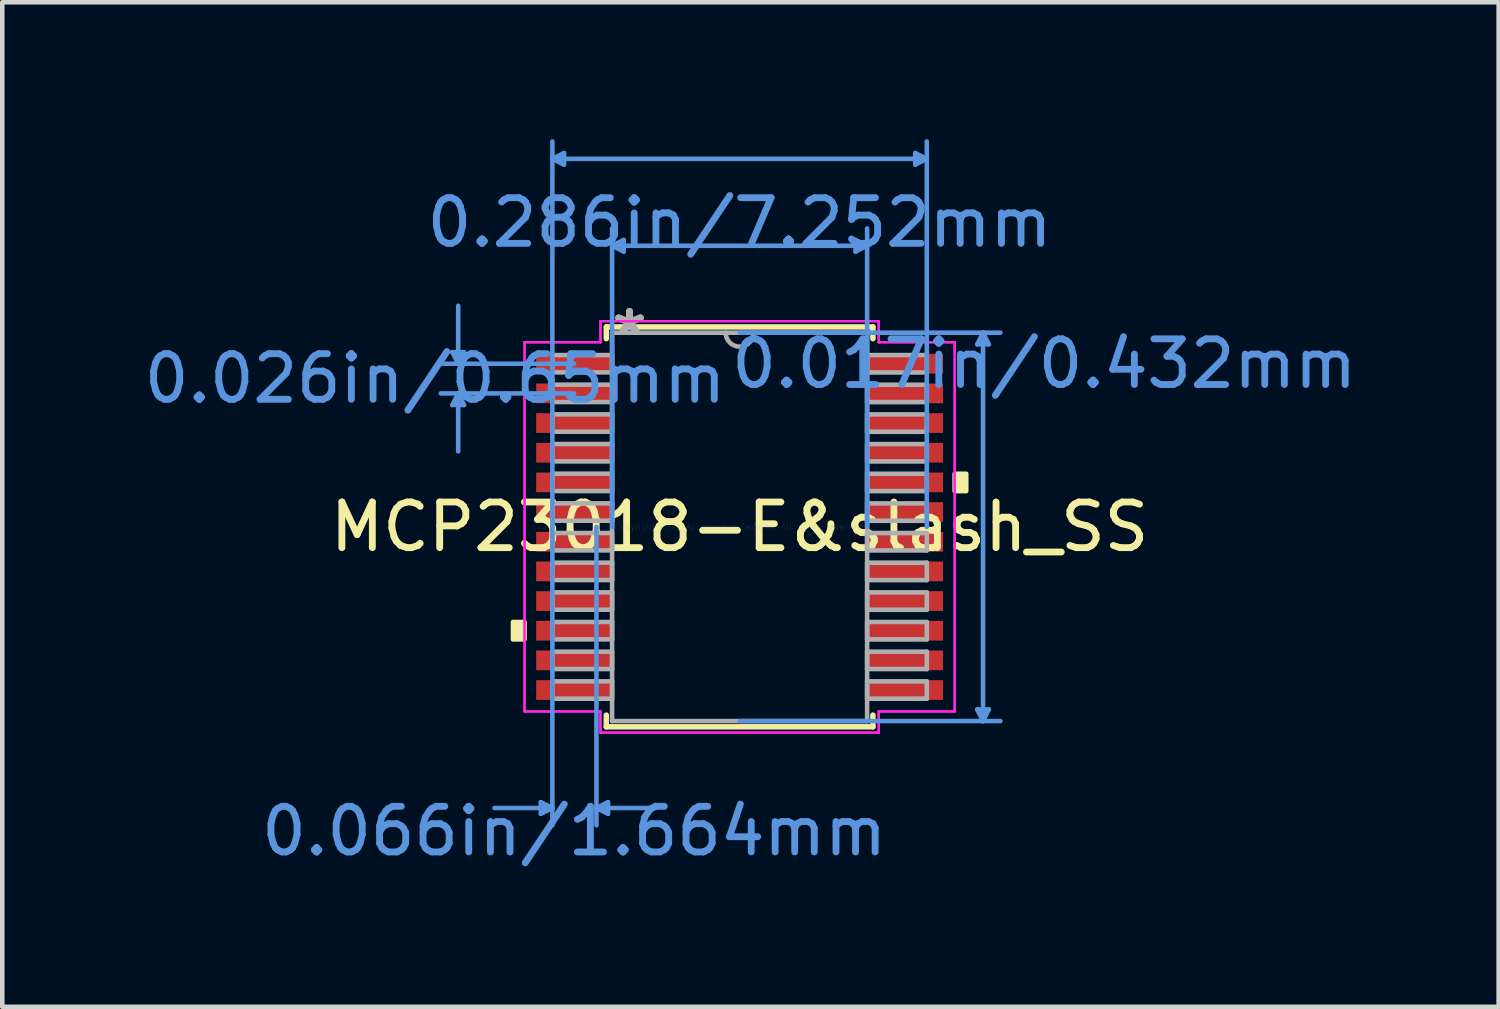
<source format=kicad_pcb>
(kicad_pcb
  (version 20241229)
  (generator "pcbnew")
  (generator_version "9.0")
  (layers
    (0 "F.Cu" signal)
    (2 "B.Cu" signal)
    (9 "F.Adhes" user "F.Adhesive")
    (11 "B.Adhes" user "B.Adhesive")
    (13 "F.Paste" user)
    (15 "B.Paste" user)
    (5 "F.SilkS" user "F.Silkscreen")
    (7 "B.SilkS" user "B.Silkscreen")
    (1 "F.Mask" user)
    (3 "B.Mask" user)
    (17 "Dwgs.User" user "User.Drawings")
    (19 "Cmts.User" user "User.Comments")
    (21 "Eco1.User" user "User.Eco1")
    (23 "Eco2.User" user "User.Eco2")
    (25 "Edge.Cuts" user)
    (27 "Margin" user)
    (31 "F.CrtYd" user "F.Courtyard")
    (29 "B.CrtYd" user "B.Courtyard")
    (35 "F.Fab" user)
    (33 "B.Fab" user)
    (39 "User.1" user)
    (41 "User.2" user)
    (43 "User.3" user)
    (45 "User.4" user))
  (footprint "MCP23018-E&slash_SS"
    (layer "F.Cu")
    (at 13.156 8.495)
    (property "Reference" "MCP23018-E&slash_SS" (at 0 0 0) (layer "F.SilkS") (effects (font (size 1 1) (thickness 0.15))))
    (attr through_hole)
    (fp_line (start -2.921 -4.381) (end -2.921 -4.124) (stroke (width 0.12) (type solid)) (layer "F.SilkS"))
    (fp_line (start -2.921 4.124) (end -2.921 4.381) (stroke (width 0.12) (type solid)) (layer "F.SilkS"))
    (fp_line (start -2.921 4.381) (end 2.921 4.381) (stroke (width 0.12) (type solid)) (layer "F.SilkS"))
    (fp_line (start 2.921 -4.381) (end -2.921 -4.381) (stroke (width 0.12) (type solid)) (layer "F.SilkS"))
    (fp_line (start 2.921 -4.124) (end 2.921 -4.381) (stroke (width 0.12) (type solid)) (layer "F.SilkS"))
    (fp_line (start 2.921 4.381) (end 2.921 4.124) (stroke (width 0.12) (type solid)) (layer "F.SilkS"))
    (fp_poly (pts (xy -4.966 2.084) (xy -4.966 2.465) (xy -4.712 2.465) (xy -4.712 2.084)) (stroke (width 0.1) (type solid)) (fill yes) (layer "F.SilkS"))
    (fp_poly (pts (xy 4.966 -1.165) (xy 4.966 -0.784) (xy 4.712 -0.784) (xy 4.712 -1.165)) (stroke (width 0.1) (type solid)) (fill yes) (layer "F.SilkS"))
    (fp_line (start -6.293 -3.829) (end -6.039 -3.829) (stroke (width 0.1) (type solid)) (layer "Cmts.User"))
    (fp_line (start -6.293 -2.671) (end -6.039 -2.671) (stroke (width 0.1) (type solid)) (layer "Cmts.User"))
    (fp_line (start -6.166 -3.575) (end -6.293 -3.829) (stroke (width 0.1) (type solid)) (layer "Cmts.User"))
    (fp_line (start -6.166 -3.575) (end -6.166 -4.845) (stroke (width 0.1) (type solid)) (layer "Cmts.User"))
    (fp_line (start -6.166 -3.575) (end -6.039 -3.829) (stroke (width 0.1) (type solid)) (layer "Cmts.User"))
    (fp_line (start -6.166 -2.925) (end -6.293 -2.671) (stroke (width 0.1) (type solid)) (layer "Cmts.User"))
    (fp_line (start -6.166 -2.925) (end -6.166 -1.655) (stroke (width 0.1) (type solid)) (layer "Cmts.User"))
    (fp_line (start -6.166 -2.925) (end -6.039 -2.671) (stroke (width 0.1) (type solid)) (layer "Cmts.User"))
    (fp_line (start -4.356 6.032) (end -4.356 6.287) (stroke (width 0.1) (type solid)) (layer "Cmts.User"))
    (fp_line (start -4.102 -8.065) (end -3.848 -8.191) (stroke (width 0.1) (type solid)) (layer "Cmts.User"))
    (fp_line (start -4.102 -8.065) (end -3.848 -7.938) (stroke (width 0.1) (type solid)) (layer "Cmts.User"))
    (fp_line (start -4.102 -8.065) (end 4.102 -8.065) (stroke (width 0.1) (type solid)) (layer "Cmts.User"))
    (fp_line (start -4.102 0) (end -4.102 -8.445) (stroke (width 0.1) (type solid)) (layer "Cmts.User"))
    (fp_line (start -4.102 0) (end -4.102 6.54) (stroke (width 0.1) (type solid)) (layer "Cmts.User"))
    (fp_line (start -4.102 6.16) (end -5.372 6.16) (stroke (width 0.1) (type solid)) (layer "Cmts.User"))
    (fp_line (start -4.102 6.16) (end -4.356 6.032) (stroke (width 0.1) (type solid)) (layer "Cmts.User"))
    (fp_line (start -4.102 6.16) (end -4.356 6.287) (stroke (width 0.1) (type solid)) (layer "Cmts.User"))
    (fp_line (start -3.848 -8.191) (end -3.848 -7.938) (stroke (width 0.1) (type solid)) (layer "Cmts.User"))
    (fp_line (start -3.626 -3.575) (end -6.547 -3.575) (stroke (width 0.1) (type solid)) (layer "Cmts.User"))
    (fp_line (start -3.626 -2.925) (end -6.547 -2.925) (stroke (width 0.1) (type solid)) (layer "Cmts.User"))
    (fp_line (start -3.137 0) (end -3.137 6.54) (stroke (width 0.1) (type solid)) (layer "Cmts.User"))
    (fp_line (start -3.137 6.16) (end -2.883 6.032) (stroke (width 0.1) (type solid)) (layer "Cmts.User"))
    (fp_line (start -3.137 6.16) (end -2.883 6.287) (stroke (width 0.1) (type solid)) (layer "Cmts.User"))
    (fp_line (start -3.137 6.16) (end -1.867 6.16) (stroke (width 0.1) (type solid)) (layer "Cmts.User"))
    (fp_line (start -2.883 6.032) (end -2.883 6.287) (stroke (width 0.1) (type solid)) (layer "Cmts.User"))
    (fp_line (start -2.794 -6.16) (end -2.54 -6.287) (stroke (width 0.1) (type solid)) (layer "Cmts.User"))
    (fp_line (start -2.794 -6.16) (end -2.54 -6.032) (stroke (width 0.1) (type solid)) (layer "Cmts.User"))
    (fp_line (start -2.794 -6.16) (end 2.794 -6.16) (stroke (width 0.1) (type solid)) (layer "Cmts.User"))
    (fp_line (start -2.794 0) (end -2.794 -6.54) (stroke (width 0.1) (type solid)) (layer "Cmts.User"))
    (fp_line (start -2.54 -6.287) (end -2.54 -6.032) (stroke (width 0.1) (type solid)) (layer "Cmts.User"))
    (fp_line (start 0 -4.255) (end 5.715 -4.255) (stroke (width 0.1) (type solid)) (layer "Cmts.User"))
    (fp_line (start 0 4.255) (end 5.715 4.255) (stroke (width 0.1) (type solid)) (layer "Cmts.User"))
    (fp_line (start 2.54 -6.287) (end 2.54 -6.032) (stroke (width 0.1) (type solid)) (layer "Cmts.User"))
    (fp_line (start 2.794 -6.16) (end 2.54 -6.287) (stroke (width 0.1) (type solid)) (layer "Cmts.User"))
    (fp_line (start 2.794 -6.16) (end 2.54 -6.032) (stroke (width 0.1) (type solid)) (layer "Cmts.User"))
    (fp_line (start 2.794 0) (end 2.794 -6.54) (stroke (width 0.1) (type solid)) (layer "Cmts.User"))
    (fp_line (start 3.848 -8.191) (end 3.848 -7.938) (stroke (width 0.1) (type solid)) (layer "Cmts.User"))
    (fp_line (start 4.102 -8.065) (end 3.848 -8.191) (stroke (width 0.1) (type solid)) (layer "Cmts.User"))
    (fp_line (start 4.102 -8.065) (end 3.848 -7.938) (stroke (width 0.1) (type solid)) (layer "Cmts.User"))
    (fp_line (start 4.102 0) (end 4.102 -8.445) (stroke (width 0.1) (type solid)) (layer "Cmts.User"))
    (fp_line (start 5.207 -4) (end 5.461 -4) (stroke (width 0.1) (type solid)) (layer "Cmts.User"))
    (fp_line (start 5.207 4) (end 5.461 4) (stroke (width 0.1) (type solid)) (layer "Cmts.User"))
    (fp_line (start 5.334 -4.255) (end 5.207 -4) (stroke (width 0.1) (type solid)) (layer "Cmts.User"))
    (fp_line (start 5.334 -4.255) (end 5.334 4.255) (stroke (width 0.1) (type solid)) (layer "Cmts.User"))
    (fp_line (start 5.334 -4.255) (end 5.461 -4) (stroke (width 0.1) (type solid)) (layer "Cmts.User"))
    (fp_line (start 5.334 4.255) (end 5.207 4) (stroke (width 0.1) (type solid)) (layer "Cmts.User"))
    (fp_line (start 5.334 4.255) (end 5.461 4) (stroke (width 0.1) (type solid)) (layer "Cmts.User"))
    (fp_line (start -4.712 -4.045) (end -3.048 -4.045) (stroke (width 0.05) (type solid)) (layer "F.CrtYd"))
    (fp_line (start -4.712 -4.045) (end -3.048 -4.045) (stroke (width 0.05) (type solid)) (layer "F.CrtYd"))
    (fp_line (start -4.712 4.045) (end -4.712 -4.045) (stroke (width 0.05) (type solid)) (layer "F.CrtYd"))
    (fp_line (start -4.712 4.045) (end -4.712 -4.045) (stroke (width 0.05) (type solid)) (layer "F.CrtYd"))
    (fp_line (start -4.712 4.045) (end -3.048 4.045) (stroke (width 0.05) (type solid)) (layer "F.CrtYd"))
    (fp_line (start -3.048 -4.508) (end 3.048 -4.508) (stroke (width 0.05) (type solid)) (layer "F.CrtYd"))
    (fp_line (start -3.048 -4.508) (end 3.048 -4.508) (stroke (width 0.05) (type solid)) (layer "F.CrtYd"))
    (fp_line (start -3.048 -4.045) (end -3.048 -4.508) (stroke (width 0.05) (type solid)) (layer "F.CrtYd"))
    (fp_line (start -3.048 -4.045) (end -3.048 -4.508) (stroke (width 0.05) (type solid)) (layer "F.CrtYd"))
    (fp_line (start -3.048 4.045) (end -4.712 4.045) (stroke (width 0.05) (type solid)) (layer "F.CrtYd"))
    (fp_line (start -3.048 4.508) (end -3.048 4.045) (stroke (width 0.05) (type solid)) (layer "F.CrtYd"))
    (fp_line (start -3.048 4.508) (end -3.048 4.045) (stroke (width 0.05) (type solid)) (layer "F.CrtYd"))
    (fp_line (start 3.048 -4.508) (end 3.048 -4.045) (stroke (width 0.05) (type solid)) (layer "F.CrtYd"))
    (fp_line (start 3.048 -4.508) (end 3.048 -4.045) (stroke (width 0.05) (type solid)) (layer "F.CrtYd"))
    (fp_line (start 3.048 -4.045) (end 4.712 -4.045) (stroke (width 0.05) (type solid)) (layer "F.CrtYd"))
    (fp_line (start 3.048 4.045) (end 3.048 4.508) (stroke (width 0.05) (type solid)) (layer "F.CrtYd"))
    (fp_line (start 3.048 4.045) (end 3.048 4.508) (stroke (width 0.05) (type solid)) (layer "F.CrtYd"))
    (fp_line (start 3.048 4.508) (end -3.048 4.508) (stroke (width 0.05) (type solid)) (layer "F.CrtYd"))
    (fp_line (start 3.048 4.508) (end -3.048 4.508) (stroke (width 0.05) (type solid)) (layer "F.CrtYd"))
    (fp_line (start 4.712 -4.045) (end 3.048 -4.045) (stroke (width 0.05) (type solid)) (layer "F.CrtYd"))
    (fp_line (start 4.712 -4.045) (end 4.712 4.045) (stroke (width 0.05) (type solid)) (layer "F.CrtYd"))
    (fp_line (start 4.712 -4.045) (end 4.712 4.045) (stroke (width 0.05) (type solid)) (layer "F.CrtYd"))
    (fp_line (start 4.712 4.045) (end 3.048 4.045) (stroke (width 0.05) (type solid)) (layer "F.CrtYd"))
    (fp_line (start 4.712 4.045) (end 3.048 4.045) (stroke (width 0.05) (type solid)) (layer "F.CrtYd"))
    (fp_line (start -4.102 -3.765) (end -4.102 -3.385) (stroke (width 0.1) (type solid)) (layer "F.Fab"))
    (fp_line (start -4.102 -3.385) (end -2.794 -3.385) (stroke (width 0.1) (type solid)) (layer "F.Fab"))
    (fp_line (start -4.102 -3.116) (end -4.102 -2.735) (stroke (width 0.1) (type solid)) (layer "F.Fab"))
    (fp_line (start -4.102 -2.735) (end -2.794 -2.735) (stroke (width 0.1) (type solid)) (layer "F.Fab"))
    (fp_line (start -4.102 -2.466) (end -4.102 -2.085) (stroke (width 0.1) (type solid)) (layer "F.Fab"))
    (fp_line (start -4.102 -2.085) (end -2.794 -2.085) (stroke (width 0.1) (type solid)) (layer "F.Fab"))
    (fp_line (start -4.102 -1.816) (end -4.102 -1.435) (stroke (width 0.1) (type solid)) (layer "F.Fab"))
    (fp_line (start -4.102 -1.435) (end -2.794 -1.435) (stroke (width 0.1) (type solid)) (layer "F.Fab"))
    (fp_line (start -4.102 -1.166) (end -4.102 -0.785) (stroke (width 0.1) (type solid)) (layer "F.Fab"))
    (fp_line (start -4.102 -0.785) (end -2.794 -0.785) (stroke (width 0.1) (type solid)) (layer "F.Fab"))
    (fp_line (start -4.102 -0.516) (end -4.102 -0.135) (stroke (width 0.1) (type solid)) (layer "F.Fab"))
    (fp_line (start -4.102 -0.135) (end -2.794 -0.135) (stroke (width 0.1) (type solid)) (layer "F.Fab"))
    (fp_line (start -4.102 0.134) (end -4.102 0.515) (stroke (width 0.1) (type solid)) (layer "F.Fab"))
    (fp_line (start -4.102 0.515) (end -2.794 0.515) (stroke (width 0.1) (type solid)) (layer "F.Fab"))
    (fp_line (start -4.102 0.784) (end -4.102 1.165) (stroke (width 0.1) (type solid)) (layer "F.Fab"))
    (fp_line (start -4.102 1.165) (end -2.794 1.165) (stroke (width 0.1) (type solid)) (layer "F.Fab"))
    (fp_line (start -4.102 1.434) (end -4.102 1.815) (stroke (width 0.1) (type solid)) (layer "F.Fab"))
    (fp_line (start -4.102 1.815) (end -2.794 1.815) (stroke (width 0.1) (type solid)) (layer "F.Fab"))
    (fp_line (start -4.102 2.084) (end -4.102 2.465) (stroke (width 0.1) (type solid)) (layer "F.Fab"))
    (fp_line (start -4.102 2.465) (end -2.794 2.465) (stroke (width 0.1) (type solid)) (layer "F.Fab"))
    (fp_line (start -4.102 2.734) (end -4.102 3.115) (stroke (width 0.1) (type solid)) (layer "F.Fab"))
    (fp_line (start -4.102 3.115) (end -2.794 3.115) (stroke (width 0.1) (type solid)) (layer "F.Fab"))
    (fp_line (start -4.102 3.384) (end -4.102 3.765) (stroke (width 0.1) (type solid)) (layer "F.Fab"))
    (fp_line (start -4.102 3.765) (end -2.794 3.765) (stroke (width 0.1) (type solid)) (layer "F.Fab"))
    (fp_line (start -2.794 -4.255) (end -2.794 4.255) (stroke (width 0.1) (type solid)) (layer "F.Fab"))
    (fp_line (start -2.794 -3.765) (end -4.102 -3.765) (stroke (width 0.1) (type solid)) (layer "F.Fab"))
    (fp_line (start -2.794 -3.385) (end -2.794 -3.765) (stroke (width 0.1) (type solid)) (layer "F.Fab"))
    (fp_line (start -2.794 -3.116) (end -4.102 -3.116) (stroke (width 0.1) (type solid)) (layer "F.Fab"))
    (fp_line (start -2.794 -2.735) (end -2.794 -3.116) (stroke (width 0.1) (type solid)) (layer "F.Fab"))
    (fp_line (start -2.794 -2.466) (end -4.102 -2.466) (stroke (width 0.1) (type solid)) (layer "F.Fab"))
    (fp_line (start -2.794 -2.085) (end -2.794 -2.466) (stroke (width 0.1) (type solid)) (layer "F.Fab"))
    (fp_line (start -2.794 -1.816) (end -4.102 -1.816) (stroke (width 0.1) (type solid)) (layer "F.Fab"))
    (fp_line (start -2.794 -1.435) (end -2.794 -1.816) (stroke (width 0.1) (type solid)) (layer "F.Fab"))
    (fp_line (start -2.794 -1.166) (end -4.102 -1.166) (stroke (width 0.1) (type solid)) (layer "F.Fab"))
    (fp_line (start -2.794 -0.785) (end -2.794 -1.166) (stroke (width 0.1) (type solid)) (layer "F.Fab"))
    (fp_line (start -2.794 -0.516) (end -4.102 -0.516) (stroke (width 0.1) (type solid)) (layer "F.Fab"))
    (fp_line (start -2.794 -0.135) (end -2.794 -0.516) (stroke (width 0.1) (type solid)) (layer "F.Fab"))
    (fp_line (start -2.794 0.134) (end -4.102 0.134) (stroke (width 0.1) (type solid)) (layer "F.Fab"))
    (fp_line (start -2.794 0.515) (end -2.794 0.134) (stroke (width 0.1) (type solid)) (layer "F.Fab"))
    (fp_line (start -2.794 0.784) (end -4.102 0.784) (stroke (width 0.1) (type solid)) (layer "F.Fab"))
    (fp_line (start -2.794 1.165) (end -2.794 0.784) (stroke (width 0.1) (type solid)) (layer "F.Fab"))
    (fp_line (start -2.794 1.434) (end -4.102 1.434) (stroke (width 0.1) (type solid)) (layer "F.Fab"))
    (fp_line (start -2.794 1.815) (end -2.794 1.434) (stroke (width 0.1) (type solid)) (layer "F.Fab"))
    (fp_line (start -2.794 2.084) (end -4.102 2.084) (stroke (width 0.1) (type solid)) (layer "F.Fab"))
    (fp_line (start -2.794 2.465) (end -2.794 2.084) (stroke (width 0.1) (type solid)) (layer "F.Fab"))
    (fp_line (start -2.794 2.734) (end -4.102 2.734) (stroke (width 0.1) (type solid)) (layer "F.Fab"))
    (fp_line (start -2.794 3.115) (end -2.794 2.734) (stroke (width 0.1) (type solid)) (layer "F.Fab"))
    (fp_line (start -2.794 3.384) (end -4.102 3.384) (stroke (width 0.1) (type solid)) (layer "F.Fab"))
    (fp_line (start -2.794 3.765) (end -2.794 3.384) (stroke (width 0.1) (type solid)) (layer "F.Fab"))
    (fp_line (start -2.794 4.255) (end 2.794 4.255) (stroke (width 0.1) (type solid)) (layer "F.Fab"))
    (fp_line (start 2.794 -4.255) (end -2.794 -4.255) (stroke (width 0.1) (type solid)) (layer "F.Fab"))
    (fp_line (start 2.794 -3.765) (end 2.794 -3.384) (stroke (width 0.1) (type solid)) (layer "F.Fab"))
    (fp_line (start 2.794 -3.384) (end 4.102 -3.384) (stroke (width 0.1) (type solid)) (layer "F.Fab"))
    (fp_line (start 2.794 -3.115) (end 2.794 -2.734) (stroke (width 0.1) (type solid)) (layer "F.Fab"))
    (fp_line (start 2.794 -2.734) (end 4.102 -2.734) (stroke (width 0.1) (type solid)) (layer "F.Fab"))
    (fp_line (start 2.794 -2.465) (end 2.794 -2.084) (stroke (width 0.1) (type solid)) (layer "F.Fab"))
    (fp_line (start 2.794 -2.084) (end 4.102 -2.084) (stroke (width 0.1) (type solid)) (layer "F.Fab"))
    (fp_line (start 2.794 -1.815) (end 2.794 -1.434) (stroke (width 0.1) (type solid)) (layer "F.Fab"))
    (fp_line (start 2.794 -1.434) (end 4.102 -1.434) (stroke (width 0.1) (type solid)) (layer "F.Fab"))
    (fp_line (start 2.794 -1.165) (end 2.794 -0.784) (stroke (width 0.1) (type solid)) (layer "F.Fab"))
    (fp_line (start 2.794 -0.784) (end 4.102 -0.784) (stroke (width 0.1) (type solid)) (layer "F.Fab"))
    (fp_line (start 2.794 -0.515) (end 2.794 -0.134) (stroke (width 0.1) (type solid)) (layer "F.Fab"))
    (fp_line (start 2.794 -0.134) (end 4.102 -0.134) (stroke (width 0.1) (type solid)) (layer "F.Fab"))
    (fp_line (start 2.794 0.135) (end 2.794 0.516) (stroke (width 0.1) (type solid)) (layer "F.Fab"))
    (fp_line (start 2.794 0.516) (end 4.102 0.516) (stroke (width 0.1) (type solid)) (layer "F.Fab"))
    (fp_line (start 2.794 0.785) (end 2.794 1.166) (stroke (width 0.1) (type solid)) (layer "F.Fab"))
    (fp_line (start 2.794 1.166) (end 4.102 1.166) (stroke (width 0.1) (type solid)) (layer "F.Fab"))
    (fp_line (start 2.794 1.435) (end 2.794 1.816) (stroke (width 0.1) (type solid)) (layer "F.Fab"))
    (fp_line (start 2.794 1.816) (end 4.102 1.816) (stroke (width 0.1) (type solid)) (layer "F.Fab"))
    (fp_line (start 2.794 2.084) (end 2.794 2.466) (stroke (width 0.1) (type solid)) (layer "F.Fab"))
    (fp_line (start 2.794 2.466) (end 4.102 2.466) (stroke (width 0.1) (type solid)) (layer "F.Fab"))
    (fp_line (start 2.794 2.735) (end 2.794 3.115) (stroke (width 0.1) (type solid)) (layer "F.Fab"))
    (fp_line (start 2.794 3.115) (end 4.102 3.115) (stroke (width 0.1) (type solid)) (layer "F.Fab"))
    (fp_line (start 2.794 3.385) (end 2.794 3.765) (stroke (width 0.1) (type solid)) (layer "F.Fab"))
    (fp_line (start 2.794 3.765) (end 4.102 3.765) (stroke (width 0.1) (type solid)) (layer "F.Fab"))
    (fp_line (start 2.794 4.255) (end 2.794 -4.255) (stroke (width 0.1) (type solid)) (layer "F.Fab"))
    (fp_line (start 4.102 -3.765) (end 2.794 -3.765) (stroke (width 0.1) (type solid)) (layer "F.Fab"))
    (fp_line (start 4.102 -3.384) (end 4.102 -3.765) (stroke (width 0.1) (type solid)) (layer "F.Fab"))
    (fp_line (start 4.102 -3.115) (end 2.794 -3.115) (stroke (width 0.1) (type solid)) (layer "F.Fab"))
    (fp_line (start 4.102 -2.734) (end 4.102 -3.115) (stroke (width 0.1) (type solid)) (layer "F.Fab"))
    (fp_line (start 4.102 -2.465) (end 2.794 -2.465) (stroke (width 0.1) (type solid)) (layer "F.Fab"))
    (fp_line (start 4.102 -2.084) (end 4.102 -2.465) (stroke (width 0.1) (type solid)) (layer "F.Fab"))
    (fp_line (start 4.102 -1.815) (end 2.794 -1.815) (stroke (width 0.1) (type solid)) (layer "F.Fab"))
    (fp_line (start 4.102 -1.434) (end 4.102 -1.815) (stroke (width 0.1) (type solid)) (layer "F.Fab"))
    (fp_line (start 4.102 -1.165) (end 2.794 -1.165) (stroke (width 0.1) (type solid)) (layer "F.Fab"))
    (fp_line (start 4.102 -0.784) (end 4.102 -1.165) (stroke (width 0.1) (type solid)) (layer "F.Fab"))
    (fp_line (start 4.102 -0.515) (end 2.794 -0.515) (stroke (width 0.1) (type solid)) (layer "F.Fab"))
    (fp_line (start 4.102 -0.134) (end 4.102 -0.515) (stroke (width 0.1) (type solid)) (layer "F.Fab"))
    (fp_line (start 4.102 0.135) (end 2.794 0.135) (stroke (width 0.1) (type solid)) (layer "F.Fab"))
    (fp_line (start 4.102 0.516) (end 4.102 0.135) (stroke (width 0.1) (type solid)) (layer "F.Fab"))
    (fp_line (start 4.102 0.785) (end 2.794 0.785) (stroke (width 0.1) (type solid)) (layer "F.Fab"))
    (fp_line (start 4.102 1.166) (end 4.102 0.785) (stroke (width 0.1) (type solid)) (layer "F.Fab"))
    (fp_line (start 4.102 1.435) (end 2.794 1.435) (stroke (width 0.1) (type solid)) (layer "F.Fab"))
    (fp_line (start 4.102 1.816) (end 4.102 1.435) (stroke (width 0.1) (type solid)) (layer "F.Fab"))
    (fp_line (start 4.102 2.084) (end 2.794 2.084) (stroke (width 0.1) (type solid)) (layer "F.Fab"))
    (fp_line (start 4.102 2.466) (end 4.102 2.084) (stroke (width 0.1) (type solid)) (layer "F.Fab"))
    (fp_line (start 4.102 2.735) (end 2.794 2.735) (stroke (width 0.1) (type solid)) (layer "F.Fab"))
    (fp_line (start 4.102 3.115) (end 4.102 2.735) (stroke (width 0.1) (type solid)) (layer "F.Fab"))
    (fp_line (start 4.102 3.385) (end 2.794 3.385) (stroke (width 0.1) (type solid)) (layer "F.Fab"))
    (fp_line (start 4.102 3.765) (end 4.102 3.385) (stroke (width 0.1) (type solid)) (layer "F.Fab"))
    (fp_arc (start 0.3048 -4.2545) (mid 0 -3.9497) (end -0.3048 -4.2545) (stroke (width 0.1) (type solid)) (layer "F.Fab"))
    (fp_text user "0.017in/0.432mm" (at 6.674 -3.575 0) (layer "Cmts.User") (effects (font (size 1 1) (thickness 0.15))))
    (fp_text user "0.286in/7.252mm" (at 0 -6.668 0) (layer "Cmts.User") (effects (font (size 1 1) (thickness 0.15))))
    (fp_text user "0.026in/0.65mm" (at -6.674 -3.25 0) (layer "Cmts.User") (effects (font (size 1 1) (thickness 0.15))))
    (fp_text user "0.066in/1.664mm" (at -3.626 6.668 0) (layer "Cmts.User") (effects (font (size 1 1) (thickness 0.15))))
    (fp_text user "Copyright 2021 Accelerated Designs. All rights reserved." (at 0 0 0) (layer "Cmts.User") (effects (font (size 0.127 0.127) (thickness 0.002))))
    (fp_text user "*" (at -2.413 -4.178 0) (layer "F.Fab") (effects (font (size 1 1) (thickness 0.15))))
    (fp_text user "*" (at -2.413 -4.178 0) (layer "F.Fab") (effects (font (size 1 1) (thickness 0.15))))
    (pad "1" smd rect (at -3.626 -3.575) (size 1.664 0.432) (layers "F.Cu" "F.Mask" "F.Paste"))
    (pad "2" smd rect (at -3.626 -2.925) (size 1.664 0.432) (layers "F.Cu" "F.Mask" "F.Paste"))
    (pad "3" smd rect (at -3.626 -2.275) (size 1.664 0.432) (layers "F.Cu" "F.Mask" "F.Paste"))
    (pad "4" smd rect (at -3.626 -1.625) (size 1.664 0.432) (layers "F.Cu" "F.Mask" "F.Paste"))
    (pad "5" smd rect (at -3.626 -0.975) (size 1.664 0.432) (layers "F.Cu" "F.Mask" "F.Paste"))
    (pad "6" smd rect (at -3.626 -0.325) (size 1.664 0.432) (layers "F.Cu" "F.Mask" "F.Paste"))
    (pad "7" smd rect (at -3.626 0.325) (size 1.664 0.432) (layers "F.Cu" "F.Mask" "F.Paste"))
    (pad "8" smd rect (at -3.626 0.975) (size 1.664 0.432) (layers "F.Cu" "F.Mask" "F.Paste"))
    (pad "9" smd rect (at -3.626 1.625) (size 1.664 0.432) (layers "F.Cu" "F.Mask" "F.Paste"))
    (pad "10" smd rect (at -3.626 2.275) (size 1.664 0.432) (layers "F.Cu" "F.Mask" "F.Paste"))
    (pad "11" smd rect (at -3.626 2.925) (size 1.664 0.432) (layers "F.Cu" "F.Mask" "F.Paste"))
    (pad "12" smd rect (at -3.626 3.575) (size 1.664 0.432) (layers "F.Cu" "F.Mask" "F.Paste"))
    (pad "13" smd rect (at 3.626 3.575) (size 1.664 0.432) (layers "F.Cu" "F.Mask" "F.Paste"))
    (pad "14" smd rect (at 3.626 2.925) (size 1.664 0.432) (layers "F.Cu" "F.Mask" "F.Paste"))
    (pad "15" smd rect (at 3.626 2.275) (size 1.664 0.432) (layers "F.Cu" "F.Mask" "F.Paste"))
    (pad "16" smd rect (at 3.626 1.625) (size 1.664 0.432) (layers "F.Cu" "F.Mask" "F.Paste"))
    (pad "17" smd rect (at 3.626 0.975) (size 1.664 0.432) (layers "F.Cu" "F.Mask" "F.Paste"))
    (pad "18" smd rect (at 3.626 0.325) (size 1.664 0.432) (layers "F.Cu" "F.Mask" "F.Paste"))
    (pad "19" smd rect (at 3.626 -0.325) (size 1.664 0.432) (layers "F.Cu" "F.Mask" "F.Paste"))
    (pad "20" smd rect (at 3.626 -0.975) (size 1.664 0.432) (layers "F.Cu" "F.Mask" "F.Paste"))
    (pad "21" smd rect (at 3.626 -1.625) (size 1.664 0.432) (layers "F.Cu" "F.Mask" "F.Paste"))
    (pad "22" smd rect (at 3.626 -2.275) (size 1.664 0.432) (layers "F.Cu" "F.Mask" "F.Paste"))
    (pad "23" smd rect (at 3.626 -2.925) (size 1.664 0.432) (layers "F.Cu" "F.Mask" "F.Paste"))
    (pad "24" smd rect (at 3.626 -3.575) (size 1.664 0.432) (layers "F.Cu" "F.Mask" "F.Paste")))
  (gr_rect
    (start -3 -3)
    (end 29.788 19.011)
    (stroke (width 0.1) (type default))
    (fill no)
    (layer "Edge.Cuts")))
</source>
